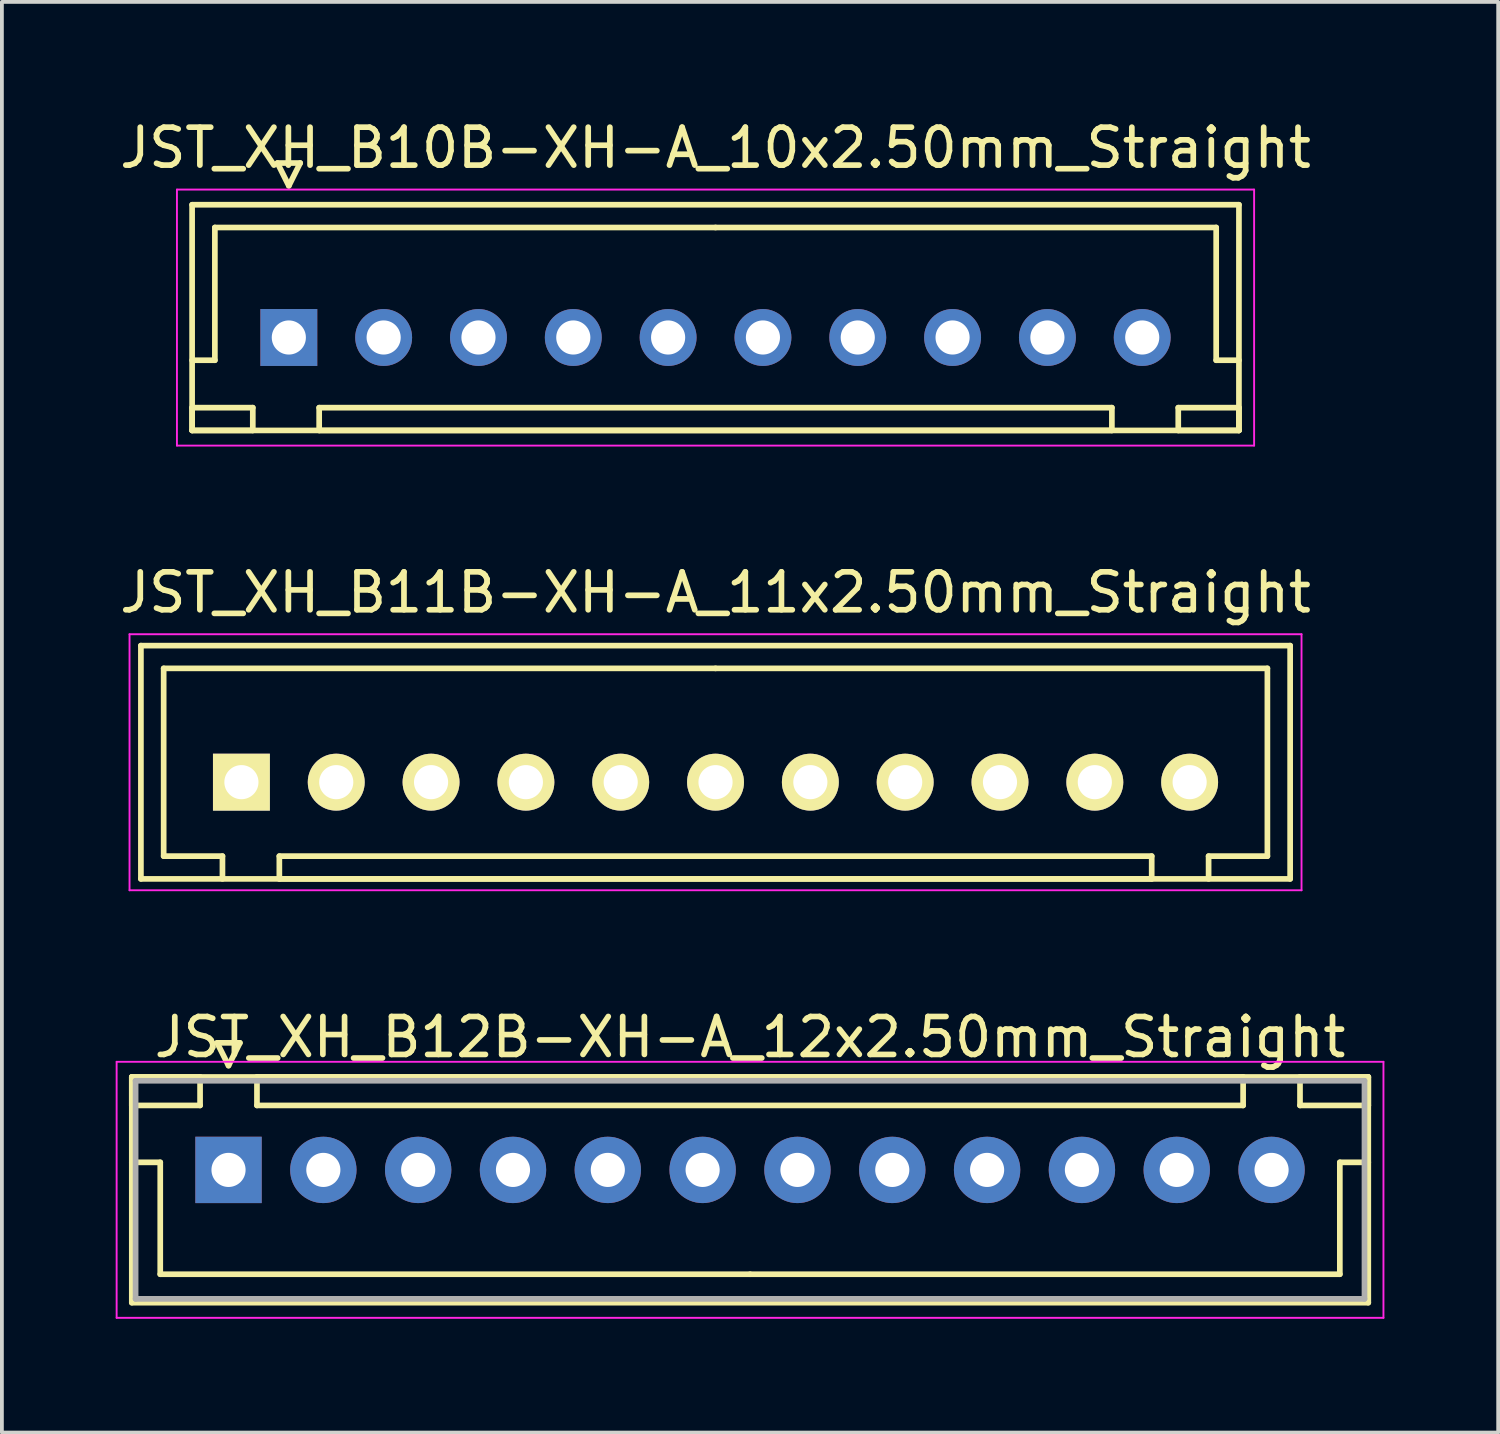
<source format=kicad_pcb>
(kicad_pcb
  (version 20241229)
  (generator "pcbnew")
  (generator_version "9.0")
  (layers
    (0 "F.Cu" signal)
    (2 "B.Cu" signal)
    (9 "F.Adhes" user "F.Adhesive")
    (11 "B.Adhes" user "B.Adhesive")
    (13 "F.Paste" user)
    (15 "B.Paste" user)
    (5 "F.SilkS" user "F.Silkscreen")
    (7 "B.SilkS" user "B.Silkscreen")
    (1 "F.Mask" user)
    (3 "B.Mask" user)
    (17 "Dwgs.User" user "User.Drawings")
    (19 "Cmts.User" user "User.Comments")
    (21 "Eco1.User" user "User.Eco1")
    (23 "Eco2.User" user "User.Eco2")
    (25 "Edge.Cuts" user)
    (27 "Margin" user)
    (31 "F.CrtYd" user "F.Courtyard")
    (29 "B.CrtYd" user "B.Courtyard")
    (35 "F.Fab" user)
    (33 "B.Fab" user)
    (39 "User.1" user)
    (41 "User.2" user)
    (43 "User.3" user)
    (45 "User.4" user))
  (footprint "JST_XH_B10B-XH-A_10x2.50mm_Straight"
    (layer "F.Cu")
    (at 4.565 5.848)
    (property "Reference" "JST_XH_B10B-XH-A_10x2.50mm_Straight" (at 11.25 -5 0) (layer "F.SilkS") (effects (font (size 1 1) (thickness 0.15))))
    (attr through_hole)
    (fp_line (start -2.55 -3.5) (end -2.55 2.45) (stroke (width 0.15) (type solid)) (layer "F.SilkS"))
    (fp_line (start -2.55 0.6) (end -1.95 0.6) (stroke (width 0.15) (type solid)) (layer "F.SilkS"))
    (fp_line (start -2.55 1.85) (end -2.55 2.45) (stroke (width 0.15) (type solid)) (layer "F.SilkS"))
    (fp_line (start -2.55 2.45) (end -0.95 2.45) (stroke (width 0.15) (type solid)) (layer "F.SilkS"))
    (fp_line (start -2.55 2.45) (end 25.05 2.45) (stroke (width 0.15) (type solid)) (layer "F.SilkS"))
    (fp_line (start -1.95 -2.9) (end 11.25 -2.9) (stroke (width 0.15) (type solid)) (layer "F.SilkS"))
    (fp_line (start -1.95 0.6) (end -1.95 -2.9) (stroke (width 0.15) (type solid)) (layer "F.SilkS"))
    (fp_line (start -0.95 1.85) (end -2.55 1.85) (stroke (width 0.15) (type solid)) (layer "F.SilkS"))
    (fp_line (start -0.95 2.45) (end -0.95 1.85) (stroke (width 0.15) (type solid)) (layer "F.SilkS"))
    (fp_line (start -0.3 -4.6) (end 0.3 -4.6) (stroke (width 0.15) (type solid)) (layer "F.SilkS"))
    (fp_line (start 0 -4) (end -0.3 -4.6) (stroke (width 0.15) (type solid)) (layer "F.SilkS"))
    (fp_line (start 0.3 -4.6) (end 0 -4) (stroke (width 0.15) (type solid)) (layer "F.SilkS"))
    (fp_line (start 0.8 1.85) (end 0.8 2.45) (stroke (width 0.15) (type solid)) (layer "F.SilkS"))
    (fp_line (start 0.8 2.45) (end 21.7 2.45) (stroke (width 0.15) (type solid)) (layer "F.SilkS"))
    (fp_line (start 21.7 1.85) (end 0.8 1.85) (stroke (width 0.15) (type solid)) (layer "F.SilkS"))
    (fp_line (start 21.7 2.45) (end 21.7 1.85) (stroke (width 0.15) (type solid)) (layer "F.SilkS"))
    (fp_line (start 23.45 1.85) (end 25.05 1.85) (stroke (width 0.15) (type solid)) (layer "F.SilkS"))
    (fp_line (start 23.45 2.45) (end 23.45 1.85) (stroke (width 0.15) (type solid)) (layer "F.SilkS"))
    (fp_line (start 24.45 -2.9) (end 11.25 -2.9) (stroke (width 0.15) (type solid)) (layer "F.SilkS"))
    (fp_line (start 24.45 0.6) (end 24.45 -2.9) (stroke (width 0.15) (type solid)) (layer "F.SilkS"))
    (fp_line (start 25.05 -3.5) (end -2.55 -3.5) (stroke (width 0.15) (type solid)) (layer "F.SilkS"))
    (fp_line (start 25.05 0.6) (end 24.45 0.6) (stroke (width 0.15) (type solid)) (layer "F.SilkS"))
    (fp_line (start 25.05 1.85) (end 25.05 2.45) (stroke (width 0.15) (type solid)) (layer "F.SilkS"))
    (fp_line (start 25.05 2.45) (end 23.45 2.45) (stroke (width 0.15) (type solid)) (layer "F.SilkS"))
    (fp_line (start 25.05 2.45) (end 25.05 -3.5) (stroke (width 0.15) (type solid)) (layer "F.SilkS"))
    (fp_line (start -2.95 -3.9) (end -2.95 2.85) (stroke (width 0.05) (type solid)) (layer "F.CrtYd"))
    (fp_line (start -2.95 2.85) (end 25.45 2.85) (stroke (width 0.05) (type solid)) (layer "F.CrtYd"))
    (fp_line (start 25.45 -3.9) (end -2.95 -3.9) (stroke (width 0.05) (type solid)) (layer "F.CrtYd"))
    (fp_line (start 25.45 2.85) (end 25.45 -3.9) (stroke (width 0.05) (type solid)) (layer "F.CrtYd"))
    (pad "1" thru_hole rect (at 0 0) (size 1.5 1.5) (drill 0.9) (layers "*.Cu" "*.Mask"))
    (pad "2" thru_hole circle (at 2.5 0) (size 1.5 1.5) (drill 0.9) (layers "*.Cu" "*.Mask"))
    (pad "3" thru_hole circle (at 5 0) (size 1.5 1.5) (drill 0.9) (layers "*.Cu" "*.Mask"))
    (pad "4" thru_hole circle (at 7.5 0) (size 1.5 1.5) (drill 0.9) (layers "*.Cu" "*.Mask"))
    (pad "5" thru_hole circle (at 10 0) (size 1.5 1.5) (drill 0.9) (layers "*.Cu" "*.Mask"))
    (pad "6" thru_hole circle (at 12.5 0) (size 1.5 1.5) (drill 0.9) (layers "*.Cu" "*.Mask"))
    (pad "7" thru_hole circle (at 15 0) (size 1.5 1.5) (drill 0.9) (layers "*.Cu" "*.Mask"))
    (pad "8" thru_hole circle (at 17.5 0) (size 1.5 1.5) (drill 0.9) (layers "*.Cu" "*.Mask"))
    (pad "9" thru_hole circle (at 20 0) (size 1.5 1.5) (drill 0.9) (layers "*.Cu" "*.Mask"))
    (pad "10" thru_hole circle (at 22.5 0) (size 1.5 1.5) (drill 0.9) (layers "*.Cu" "*.Mask")))
  (footprint "JST_XH_B11B-XH-A_11x2.50mm_Straight"
    (layer "F.Cu")
    (at 3.315 17.572)
    (property "Reference" "JST_XH_B11B-XH-A_11x2.50mm_Straight" (at 12.5 -5 0) (layer "F.SilkS") (effects (font (size 1 1) (thickness 0.15))))
    (attr through_hole)
    (fp_line (start -2.65 -3.6) (end -2.65 2.55) (stroke (width 0.15) (type solid)) (layer "F.SilkS"))
    (fp_line (start -2.65 2.55) (end 27.65 2.55) (stroke (width 0.15) (type solid)) (layer "F.SilkS"))
    (fp_line (start -2.05 -3) (end 12.5 -3) (stroke (width 0.15) (type solid)) (layer "F.SilkS"))
    (fp_line (start -2.05 1.95) (end -2.05 -3) (stroke (width 0.15) (type solid)) (layer "F.SilkS"))
    (fp_line (start -0.5 1.95) (end -2.05 1.95) (stroke (width 0.15) (type solid)) (layer "F.SilkS"))
    (fp_line (start -0.5 2.55) (end -0.5 1.95) (stroke (width 0.15) (type solid)) (layer "F.SilkS"))
    (fp_line (start 1 1.95) (end 1 2.55) (stroke (width 0.15) (type solid)) (layer "F.SilkS"))
    (fp_line (start 1 2.55) (end 24 2.55) (stroke (width 0.15) (type solid)) (layer "F.SilkS"))
    (fp_line (start 24 1.95) (end 1 1.95) (stroke (width 0.15) (type solid)) (layer "F.SilkS"))
    (fp_line (start 24 2.55) (end 24 1.95) (stroke (width 0.15) (type solid)) (layer "F.SilkS"))
    (fp_line (start 25.5 1.95) (end 27.05 1.95) (stroke (width 0.15) (type solid)) (layer "F.SilkS"))
    (fp_line (start 25.5 2.55) (end 25.5 1.95) (stroke (width 0.15) (type solid)) (layer "F.SilkS"))
    (fp_line (start 27.05 -3) (end 12.5 -3) (stroke (width 0.15) (type solid)) (layer "F.SilkS"))
    (fp_line (start 27.05 1.95) (end 27.05 -3) (stroke (width 0.15) (type solid)) (layer "F.SilkS"))
    (fp_line (start 27.65 -3.6) (end -2.65 -3.6) (stroke (width 0.15) (type solid)) (layer "F.SilkS"))
    (fp_line (start 27.65 2.55) (end 27.65 -3.6) (stroke (width 0.15) (type solid)) (layer "F.SilkS"))
    (fp_line (start -2.95 -3.9) (end -2.95 2.85) (stroke (width 0.05) (type solid)) (layer "F.CrtYd"))
    (fp_line (start -2.95 2.85) (end 27.95 2.85) (stroke (width 0.05) (type solid)) (layer "F.CrtYd"))
    (fp_line (start 27.95 -3.9) (end -2.95 -3.9) (stroke (width 0.05) (type solid)) (layer "F.CrtYd"))
    (fp_line (start 27.95 2.85) (end 27.95 -3.9) (stroke (width 0.05) (type solid)) (layer "F.CrtYd"))
    (pad "1" thru_hole rect (at 0 0) (size 1.5 1.5) (drill 0.9) (layers "*.Cu" "*.Mask" "F.SilkS"))
    (pad "2" thru_hole circle (at 2.5 0) (size 1.5 1.5) (drill 0.9) (layers "*.Cu" "*.Mask" "F.SilkS"))
    (pad "3" thru_hole circle (at 5 0) (size 1.5 1.5) (drill 0.9) (layers "*.Cu" "*.Mask" "F.SilkS"))
    (pad "4" thru_hole circle (at 7.5 0) (size 1.5 1.5) (drill 0.9) (layers "*.Cu" "*.Mask" "F.SilkS"))
    (pad "5" thru_hole circle (at 10 0) (size 1.5 1.5) (drill 0.9) (layers "*.Cu" "*.Mask" "F.SilkS"))
    (pad "6" thru_hole circle (at 12.5 0) (size 1.5 1.5) (drill 0.9) (layers "*.Cu" "*.Mask" "F.SilkS"))
    (pad "7" thru_hole circle (at 15 0) (size 1.5 1.5) (drill 0.9) (layers "*.Cu" "*.Mask" "F.SilkS"))
    (pad "8" thru_hole circle (at 17.5 0) (size 1.5 1.5) (drill 0.9) (layers "*.Cu" "*.Mask" "F.SilkS"))
    (pad "9" thru_hole circle (at 20 0) (size 1.5 1.5) (drill 0.9) (layers "*.Cu" "*.Mask" "F.SilkS"))
    (pad "10" thru_hole circle (at 22.5 0) (size 1.5 1.5) (drill 0.9) (layers "*.Cu" "*.Mask" "F.SilkS"))
    (pad "11" thru_hole circle (at 25 0) (size 1.5 1.5) (drill 0.9) (layers "*.Cu" "*.Mask" "F.SilkS")))
  (footprint "JST_XH_B12B-XH-A_12x2.50mm_Straight"
    (layer "F.Cu")
    (at 2.975 27.795)
    (property "Reference" "JST_XH_B12B-XH-A_12x2.50mm_Straight" (at 13.75 -3.5 0) (layer "F.SilkS") (effects (font (size 1 1) (thickness 0.15))))
    (attr through_hole)
    (fp_line (start -2.55 -2.45) (end -2.55 -1.7) (stroke (width 0.15) (type solid)) (layer "F.SilkS"))
    (fp_line (start -2.55 -2.45) (end -2.55 3.5) (stroke (width 0.15) (type solid)) (layer "F.SilkS"))
    (fp_line (start -2.55 -1.7) (end -0.75 -1.7) (stroke (width 0.15) (type solid)) (layer "F.SilkS"))
    (fp_line (start -2.55 -0.2) (end -1.8 -0.2) (stroke (width 0.15) (type solid)) (layer "F.SilkS"))
    (fp_line (start -2.55 3.5) (end 30.05 3.5) (stroke (width 0.15) (type solid)) (layer "F.SilkS"))
    (fp_line (start -1.8 -0.2) (end -1.8 2.75) (stroke (width 0.15) (type solid)) (layer "F.SilkS"))
    (fp_line (start -1.8 2.75) (end 13.75 2.75) (stroke (width 0.15) (type solid)) (layer "F.SilkS"))
    (fp_line (start -0.75 -2.45) (end -2.55 -2.45) (stroke (width 0.15) (type solid)) (layer "F.SilkS"))
    (fp_line (start -0.75 -1.7) (end -0.75 -2.45) (stroke (width 0.15) (type solid)) (layer "F.SilkS"))
    (fp_line (start -0.3 -3.35) (end 0.3 -3.35) (stroke (width 0.15) (type solid)) (layer "F.SilkS"))
    (fp_line (start 0 -2.75) (end -0.3 -3.35) (stroke (width 0.15) (type solid)) (layer "F.SilkS"))
    (fp_line (start 0.3 -3.35) (end 0 -2.75) (stroke (width 0.15) (type solid)) (layer "F.SilkS"))
    (fp_line (start 0.75 -2.45) (end 0.75 -1.7) (stroke (width 0.15) (type solid)) (layer "F.SilkS"))
    (fp_line (start 0.75 -1.7) (end 26.75 -1.7) (stroke (width 0.15) (type solid)) (layer "F.SilkS"))
    (fp_line (start 26.75 -2.45) (end 0.75 -2.45) (stroke (width 0.15) (type solid)) (layer "F.SilkS"))
    (fp_line (start 26.75 -1.7) (end 26.75 -2.45) (stroke (width 0.15) (type solid)) (layer "F.SilkS"))
    (fp_line (start 28.25 -2.45) (end 28.25 -1.7) (stroke (width 0.15) (type solid)) (layer "F.SilkS"))
    (fp_line (start 28.25 -1.7) (end 30.05 -1.7) (stroke (width 0.15) (type solid)) (layer "F.SilkS"))
    (fp_line (start 29.3 -0.2) (end 29.3 2.75) (stroke (width 0.15) (type solid)) (layer "F.SilkS"))
    (fp_line (start 29.3 2.75) (end 13.75 2.75) (stroke (width 0.15) (type solid)) (layer "F.SilkS"))
    (fp_line (start 30.05 -2.45) (end -2.55 -2.45) (stroke (width 0.15) (type solid)) (layer "F.SilkS"))
    (fp_line (start 30.05 -2.45) (end 28.25 -2.45) (stroke (width 0.15) (type solid)) (layer "F.SilkS"))
    (fp_line (start 30.05 -1.7) (end 30.05 -2.45) (stroke (width 0.15) (type solid)) (layer "F.SilkS"))
    (fp_line (start 30.05 -0.2) (end 29.3 -0.2) (stroke (width 0.15) (type solid)) (layer "F.SilkS"))
    (fp_line (start 30.05 3.5) (end 30.05 -2.45) (stroke (width 0.15) (type solid)) (layer "F.SilkS"))
    (fp_line (start -2.95 -2.85) (end -2.95 3.9) (stroke (width 0.05) (type solid)) (layer "F.CrtYd"))
    (fp_line (start -2.95 3.9) (end 30.45 3.9) (stroke (width 0.05) (type solid)) (layer "F.CrtYd"))
    (fp_line (start 30.45 -2.85) (end -2.95 -2.85) (stroke (width 0.05) (type solid)) (layer "F.CrtYd"))
    (fp_line (start 30.45 3.9) (end 30.45 -2.85) (stroke (width 0.05) (type solid)) (layer "F.CrtYd"))
    (fp_line (start -2.45 -2.35) (end -2.45 3.4) (stroke (width 0.15) (type solid)) (layer "F.Fab"))
    (fp_line (start -2.45 3.4) (end 29.95 3.4) (stroke (width 0.15) (type solid)) (layer "F.Fab"))
    (fp_line (start 29.95 -2.35) (end -2.45 -2.35) (stroke (width 0.15) (type solid)) (layer "F.Fab"))
    (fp_line (start 29.95 3.4) (end 29.95 -2.35) (stroke (width 0.15) (type solid)) (layer "F.Fab"))
    (pad "1" thru_hole rect (at 0 0) (size 1.75 1.75) (drill 0.9) (layers "*.Cu" "*.Mask"))
    (pad "2" thru_hole circle (at 2.5 0) (size 1.75 1.75) (drill 0.9) (layers "*.Cu" "*.Mask"))
    (pad "3" thru_hole circle (at 5 0) (size 1.75 1.75) (drill 0.9) (layers "*.Cu" "*.Mask"))
    (pad "4" thru_hole circle (at 7.5 0) (size 1.75 1.75) (drill 0.9) (layers "*.Cu" "*.Mask"))
    (pad "5" thru_hole circle (at 10 0) (size 1.75 1.75) (drill 0.9) (layers "*.Cu" "*.Mask"))
    (pad "6" thru_hole circle (at 12.5 0) (size 1.75 1.75) (drill 0.9) (layers "*.Cu" "*.Mask"))
    (pad "7" thru_hole circle (at 15 0) (size 1.75 1.75) (drill 0.9) (layers "*.Cu" "*.Mask"))
    (pad "8" thru_hole circle (at 17.5 0) (size 1.75 1.75) (drill 0.9) (layers "*.Cu" "*.Mask"))
    (pad "9" thru_hole circle (at 20 0) (size 1.75 1.75) (drill 0.9) (layers "*.Cu" "*.Mask"))
    (pad "10" thru_hole circle (at 22.5 0) (size 1.75 1.75) (drill 0.9) (layers "*.Cu" "*.Mask"))
    (pad "11" thru_hole circle (at 25 0) (size 1.75 1.75) (drill 0.9) (layers "*.Cu" "*.Mask"))
    (pad "12" thru_hole circle (at 27.5 0) (size 1.75 1.75) (drill 0.9) (layers "*.Cu" "*.Mask")))
  (gr_rect
    (start -3 -3)
    (end 36.45 34.72)
    (stroke (width 0.1) (type default))
    (fill no)
    (layer "Edge.Cuts")))
</source>
